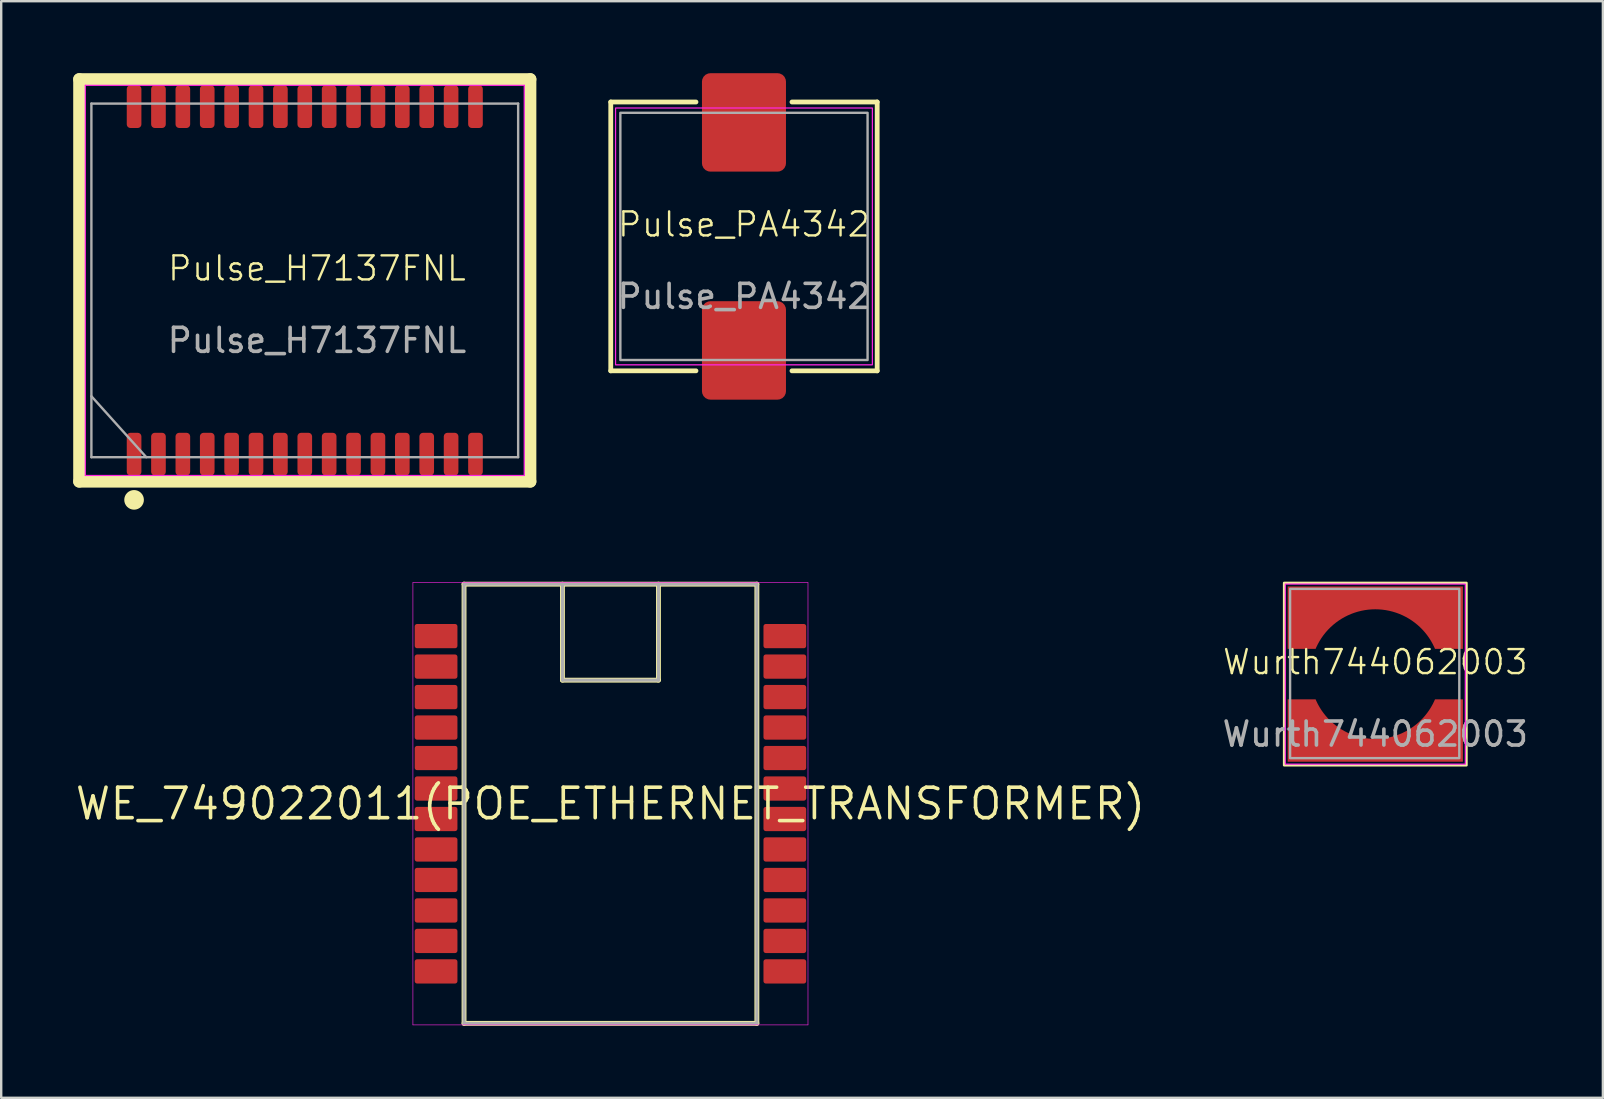
<source format=kicad_pcb>
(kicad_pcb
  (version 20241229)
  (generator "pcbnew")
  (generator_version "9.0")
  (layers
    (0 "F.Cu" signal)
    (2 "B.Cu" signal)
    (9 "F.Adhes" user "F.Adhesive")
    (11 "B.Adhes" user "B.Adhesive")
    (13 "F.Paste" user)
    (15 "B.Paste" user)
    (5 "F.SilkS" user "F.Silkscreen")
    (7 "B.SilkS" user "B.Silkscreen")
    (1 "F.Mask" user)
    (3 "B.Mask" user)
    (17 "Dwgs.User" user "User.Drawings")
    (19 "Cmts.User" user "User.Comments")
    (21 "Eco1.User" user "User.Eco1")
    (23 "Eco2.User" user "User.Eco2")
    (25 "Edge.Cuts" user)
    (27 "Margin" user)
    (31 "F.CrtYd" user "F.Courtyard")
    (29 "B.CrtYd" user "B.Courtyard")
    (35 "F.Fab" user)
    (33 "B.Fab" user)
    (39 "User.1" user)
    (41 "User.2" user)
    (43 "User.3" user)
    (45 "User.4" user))
  (footprint "Pulse_PA4342"
    (layer "F.Cu")
    (at 27.946 6.8)
    (property "Reference" "Pulse_PA4342" (at 0 -0.5 0) (unlocked yes) (layer "F.SilkS") (effects (font (size 1 1) (thickness 0.1))))
    (attr smd)
    (fp_line (start -5.55 -5.6) (end -5.55 5.6) (stroke (width 0.2) (type default)) (layer "F.SilkS"))
    (fp_line (start -5.55 5.6) (end -2 5.6) (stroke (width 0.2) (type default)) (layer "F.SilkS"))
    (fp_line (start -2 -5.6) (end -5.55 -5.6) (stroke (width 0.2) (type default)) (layer "F.SilkS"))
    (fp_line (start 2 5.6) (end 5.55 5.6) (stroke (width 0.2) (type default)) (layer "F.SilkS"))
    (fp_line (start 5.55 -5.6) (end 2 -5.6) (stroke (width 0.2) (type default)) (layer "F.SilkS"))
    (fp_line (start 5.55 5.6) (end 5.55 -5.6) (stroke (width 0.2) (type default)) (layer "F.SilkS"))
    (fp_rect (start -5.35 -5.35) (end 5.35 5.35) (stroke (width 0.05) (type default)) (fill no) (layer "F.CrtYd"))
    (fp_rect (start -5.15 -5.15) (end 5.15 5.15) (stroke (width 0.1) (type default)) (fill no) (layer "F.Fab"))
    (fp_text user "${REFERENCE}" (at 0 2.5 0) (unlocked yes) (layer "F.Fab") (effects (font (size 1 1) (thickness 0.15))))
    (pad "1" smd roundrect (at 0 -4.75) (size 3.5 4.1) (layers "F.Cu" "F.Mask" "F.Paste") (roundrect_rratio 0.1))
    (pad "2" smd roundrect (at 0 4.75) (size 3.5 4.1) (layers "F.Cu" "F.Mask" "F.Paste") (roundrect_rratio 0.1)))
  (footprint "Pulse_H7137FNL"
    (layer "F.Cu")
    (at 9.648 8.632)
    (property "Reference" "Pulse_H7137FNL" (at 0.508 -0.5 0) (unlocked yes) (layer "F.SilkS") (effects (font (size 1 1) (thickness 0.1))))
    (attr smd)
    (fp_line (start -9.398 -8.382) (end -9.398 8.382) (stroke (width 0.5) (type default)) (layer "F.SilkS"))
    (fp_line (start -9.398 8.382) (end 9.398 8.382) (stroke (width 0.5) (type default)) (layer "F.SilkS"))
    (fp_line (start 9.398 -8.382) (end -9.398 -8.382) (stroke (width 0.5) (type default)) (layer "F.SilkS"))
    (fp_line (start 9.398 8.382) (end 9.398 -8.382) (stroke (width 0.5) (type default)) (layer "F.SilkS"))
    (fp_circle (center -7.112 9.144) (end -6.753 9.144) (stroke (width 0.1) (type solid)) (fill yes) (layer "F.SilkS"))
    (fp_line (start -9.144 -8.128) (end -9.144 8.128) (stroke (width 0.05) (type default)) (layer "F.CrtYd"))
    (fp_line (start -9.144 8.128) (end 9.144 8.128) (stroke (width 0.05) (type default)) (layer "F.CrtYd"))
    (fp_line (start 9.144 -8.128) (end -9.144 -8.128) (stroke (width 0.05) (type default)) (layer "F.CrtYd"))
    (fp_line (start 9.144 8.128) (end 9.144 -8.128) (stroke (width 0.05) (type default)) (layer "F.CrtYd"))
    (fp_line (start -8.89 -7.366) (end -8.89 7.366) (stroke (width 0.1) (type default)) (layer "F.Fab"))
    (fp_line (start -8.89 4.826) (end -6.604 7.366) (stroke (width 0.1) (type default)) (layer "F.Fab"))
    (fp_line (start -8.89 7.366) (end 8.89 7.366) (stroke (width 0.1) (type default)) (layer "F.Fab"))
    (fp_line (start 8.89 -7.366) (end -8.89 -7.366) (stroke (width 0.1) (type default)) (layer "F.Fab"))
    (fp_line (start 8.89 7.366) (end 8.89 -7.366) (stroke (width 0.1) (type default)) (layer "F.Fab"))
    (fp_text user "${REFERENCE}" (at 0.508 2.5 0) (unlocked yes) (layer "F.Fab") (effects (font (size 1 1) (thickness 0.15))))
    (pad "1" smd roundrect (at -7.112 7.239 90) (size 1.78 0.61) (layers "F.Cu" "F.Mask" "F.Paste") (roundrect_rratio 0.25))
    (pad "2" smd roundrect (at -6.096 7.239 90) (size 1.78 0.61) (layers "F.Cu" "F.Mask" "F.Paste") (roundrect_rratio 0.25))
    (pad "3" smd roundrect (at -5.08 7.239 90) (size 1.78 0.61) (layers "F.Cu" "F.Mask" "F.Paste") (roundrect_rratio 0.25))
    (pad "4" smd roundrect (at -4.064 7.239 90) (size 1.78 0.61) (layers "F.Cu" "F.Mask" "F.Paste") (roundrect_rratio 0.25))
    (pad "5" smd roundrect (at -3.048 7.239 90) (size 1.78 0.61) (layers "F.Cu" "F.Mask" "F.Paste") (roundrect_rratio 0.25))
    (pad "6" smd roundrect (at -2.032 7.239 90) (size 1.78 0.61) (layers "F.Cu" "F.Mask" "F.Paste") (roundrect_rratio 0.25))
    (pad "7" smd roundrect (at -1.016 7.239 90) (size 1.78 0.61) (layers "F.Cu" "F.Mask" "F.Paste") (roundrect_rratio 0.25))
    (pad "8" smd roundrect (at 0 7.239 90) (size 1.78 0.61) (layers "F.Cu" "F.Mask" "F.Paste") (roundrect_rratio 0.25))
    (pad "9" smd roundrect (at 1.016 7.239 90) (size 1.78 0.61) (layers "F.Cu" "F.Mask" "F.Paste") (roundrect_rratio 0.25))
    (pad "10" smd roundrect (at 2.032 7.239 90) (size 1.78 0.61) (layers "F.Cu" "F.Mask" "F.Paste") (roundrect_rratio 0.25))
    (pad "11" smd roundrect (at 3.048 7.239 90) (size 1.78 0.61) (layers "F.Cu" "F.Mask" "F.Paste") (roundrect_rratio 0.25))
    (pad "12" smd roundrect (at 4.064 7.239 90) (size 1.78 0.61) (layers "F.Cu" "F.Mask" "F.Paste") (roundrect_rratio 0.25))
    (pad "13" smd roundrect (at 5.08 7.239 90) (size 1.78 0.61) (layers "F.Cu" "F.Mask" "F.Paste") (roundrect_rratio 0.25))
    (pad "14" smd roundrect (at 6.096 7.239 90) (size 1.78 0.61) (layers "F.Cu" "F.Mask" "F.Paste") (roundrect_rratio 0.25))
    (pad "15" smd roundrect (at 7.112 7.239 90) (size 1.78 0.61) (layers "F.Cu" "F.Mask" "F.Paste") (roundrect_rratio 0.25))
    (pad "16" smd roundrect (at 7.112 -7.239 90) (size 1.78 0.61) (layers "F.Cu" "F.Mask" "F.Paste") (roundrect_rratio 0.25))
    (pad "17" smd roundrect (at 6.096 -7.239 90) (size 1.78 0.61) (layers "F.Cu" "F.Mask" "F.Paste") (roundrect_rratio 0.25))
    (pad "18" smd roundrect (at 5.08 -7.239 90) (size 1.78 0.61) (layers "F.Cu" "F.Mask" "F.Paste") (roundrect_rratio 0.25))
    (pad "19" smd roundrect (at 4.064 -7.239 90) (size 1.78 0.61) (layers "F.Cu" "F.Mask" "F.Paste") (roundrect_rratio 0.25))
    (pad "20" smd roundrect (at 3.048 -7.239 90) (size 1.78 0.61) (layers "F.Cu" "F.Mask" "F.Paste") (roundrect_rratio 0.25))
    (pad "21" smd roundrect (at 2.032 -7.239 90) (size 1.78 0.61) (layers "F.Cu" "F.Mask" "F.Paste") (roundrect_rratio 0.25))
    (pad "22" smd roundrect (at 1.016 -7.239 90) (size 1.78 0.61) (layers "F.Cu" "F.Mask" "F.Paste") (roundrect_rratio 0.25))
    (pad "23" smd roundrect (at 0 -7.239 90) (size 1.78 0.61) (layers "F.Cu" "F.Mask" "F.Paste") (roundrect_rratio 0.25))
    (pad "24" smd roundrect (at -1.016 -7.239 90) (size 1.78 0.61) (layers "F.Cu" "F.Mask" "F.Paste") (roundrect_rratio 0.25))
    (pad "25" smd roundrect (at -2.032 -7.239 90) (size 1.78 0.61) (layers "F.Cu" "F.Mask" "F.Paste") (roundrect_rratio 0.25))
    (pad "26" smd roundrect (at -3.048 -7.239 90) (size 1.78 0.61) (layers "F.Cu" "F.Mask" "F.Paste") (roundrect_rratio 0.25))
    (pad "27" smd roundrect (at -4.064 -7.239 90) (size 1.78 0.61) (layers "F.Cu" "F.Mask" "F.Paste") (roundrect_rratio 0.25))
    (pad "28" smd roundrect (at -5.08 -7.239 90) (size 1.78 0.61) (layers "F.Cu" "F.Mask" "F.Paste") (roundrect_rratio 0.25))
    (pad "29" smd roundrect (at -6.096 -7.239 90) (size 1.78 0.61) (layers "F.Cu" "F.Mask" "F.Paste") (roundrect_rratio 0.25))
    (pad "30" smd roundrect (at -7.112 -7.239 90) (size 1.78 0.61) (layers "F.Cu" "F.Mask" "F.Paste") (roundrect_rratio 0.25)))
  (footprint "Wurth744062003"
    (layer "F.Cu")
    (at 54.249 25.035)
    (property "Reference" "Wurth744062003" (at 0 -0.5 0) (unlocked yes) (layer "F.SilkS") (effects (font (size 1 1) (thickness 0.1))))
    (attr smd)
    (fp_poly (pts (xy -3.65 3.65) (xy -3.65 1.05) (arc (start -2.487465 1.05) (mid 0 2.7) (end 2.487465 1.05)) (xy 3.65 1.05) (xy 3.65 3.65)) (stroke (width 0) (type solid)) (fill yes) (layer "F.Cu"))
    (fp_poly (pts (arc (start 2.487465 -1.05) (mid 0 -2.7) (end -2.487465 -1.05)) (xy -3.65 -1.05) (xy -3.65 -3.65) (xy 3.65 -3.65) (xy 3.65 -1.05)) (stroke (width 0) (type solid)) (fill yes) (layer "F.Cu"))
    (fp_poly (pts (xy -3.65 3.65) (xy -3.65 1.05) (arc (start -2.487465 1.05) (mid 0 2.7) (end 2.487465 1.05)) (xy 3.65 1.05) (xy 3.65 3.65)) (stroke (width 0.1) (type solid)) (fill yes) (layer "F.Mask"))
    (fp_poly (pts (arc (start 2.487465 -1.05) (mid 0 -2.7) (end -2.487465 -1.05)) (xy -3.65 -1.05) (xy -3.65 -3.65) (xy 3.65 -3.65) (xy 3.65 -1.05)) (stroke (width 0.1) (type solid)) (fill yes) (layer "F.Mask"))
    (fp_rect (start -3.8 -3.8) (end 3.8 3.8) (stroke (width 0.1) (type default)) (fill no) (layer "F.SilkS"))
    (fp_poly (pts (xy -3.65 3.65) (xy -3.65 1.05) (arc (start -2.487465 1.05) (mid 0 2.7) (end 2.487465 1.05)) (xy 3.65 1.05) (xy 3.65 3.65)) (stroke (width 0) (type solid)) (fill yes) (layer "F.Paste"))
    (fp_poly (pts (arc (start 2.487465 -1.05) (mid 0 -2.7) (end -2.487465 -1.05)) (xy -3.65 -1.05) (xy -3.65 -3.65) (xy 3.65 -3.65) (xy 3.65 -1.05)) (stroke (width 0) (type solid)) (fill yes) (layer "F.Paste"))
    (fp_rect (start -3.75 -3.75) (end 3.75 3.75) (stroke (width 0.05) (type default)) (fill no) (layer "F.CrtYd"))
    (fp_rect (start -3.55 -3.55) (end 3.5 3.5) (stroke (width 0.1) (type default)) (fill no) (layer "F.Fab"))
    (fp_text user "${REFERENCE}" (at 0 2.5 0) (unlocked yes) (layer "F.Fab") (effects (font (size 1 1) (thickness 0.15))))
    (pad "1" smd roundrect (at 1.95 -3) (size 1 1) (layers "F.Cu" "F.Mask" "F.Paste") (roundrect_rratio 0.25))
    (pad "2" smd roundrect (at -2.4 2.85) (size 1 1) (layers "F.Cu" "F.Mask" "F.Paste") (roundrect_rratio 0.25)))
  (footprint "WE_749022011(POE_ETHERNET_TRANSFORMER)"
    (layer "F.Cu")
    (at 22.383 30.437)
    (property "Reference" "WE_749022011(POE_ETHERNET_TRANSFORMER)" (at 0 0 0) (layer "F.SilkS") (effects (font (size 1.27 1.27) (thickness 0.15))))
    (fp_line (start -6.1 -9.15) (end -6.1 9.15) (stroke (width 0.203) (type solid)) (layer "F.SilkS"))
    (fp_line (start -6.1 9.15) (end 6.1 9.15) (stroke (width 0.203) (type solid)) (layer "F.SilkS"))
    (fp_line (start -2 -9.15) (end -2 -5.15) (stroke (width 0.203) (type solid)) (layer "F.SilkS"))
    (fp_line (start -2 -5.15) (end 2 -5.15) (stroke (width 0.203) (type solid)) (layer "F.SilkS"))
    (fp_line (start 2 -5.15) (end 2 -9.15) (stroke (width 0.203) (type solid)) (layer "F.SilkS"))
    (fp_line (start 6.1 -9.15) (end -6.1 -9.15) (stroke (width 0.203) (type solid)) (layer "F.SilkS"))
    (fp_line (start 6.1 9.15) (end 6.1 -9.15) (stroke (width 0.203) (type solid)) (layer "F.SilkS"))
    (fp_line (start -8.23 -9.213) (end -8.23 9.213) (stroke (width 0.025) (type solid)) (layer "F.CrtYd"))
    (fp_line (start -8.23 9.213) (end 8.23 9.213) (stroke (width 0.025) (type solid)) (layer "F.CrtYd"))
    (fp_line (start 8.23 -9.213) (end -8.23 -9.213) (stroke (width 0.025) (type solid)) (layer "F.CrtYd"))
    (fp_line (start 8.23 9.213) (end 8.23 -9.213) (stroke (width 0.025) (type solid)) (layer "F.CrtYd"))
    (fp_line (start -6.1 -9.15) (end -6.1 9.15) (stroke (width 0.127) (type solid)) (layer "F.Fab"))
    (fp_line (start -6.1 9.15) (end 6.1 9.15) (stroke (width 0.127) (type solid)) (layer "F.Fab"))
    (fp_line (start -2 -9.15) (end -2 -5.15) (stroke (width 0.127) (type solid)) (layer "F.Fab"))
    (fp_line (start -2 -5.15) (end 2 -5.15) (stroke (width 0.127) (type solid)) (layer "F.Fab"))
    (fp_line (start 2 -5.15) (end 2 -9.15) (stroke (width 0.127) (type solid)) (layer "F.Fab"))
    (fp_line (start 6.1 -9.15) (end -6.1 -9.15) (stroke (width 0.127) (type solid)) (layer "F.Fab"))
    (fp_line (start 6.1 9.15) (end 6.1 -9.15) (stroke (width 0.127) (type solid)) (layer "F.Fab"))
    (pad "1" smd roundrect (at -7.265 -6.985 180) (size 1.78 1.01) (layers "F.Cu" "F.Mask" "F.Paste") (roundrect_rratio 0.098))
    (pad "2" smd roundrect (at -7.265 -5.715 180) (size 1.78 1.01) (layers "F.Cu" "F.Mask" "F.Paste") (roundrect_rratio 0.098))
    (pad "3" smd roundrect (at -7.265 -4.445 180) (size 1.78 1.01) (layers "F.Cu" "F.Mask" "F.Paste") (roundrect_rratio 0.098))
    (pad "4" smd roundrect (at -7.265 -3.175 180) (size 1.78 1.01) (layers "F.Cu" "F.Mask" "F.Paste") (roundrect_rratio 0.098))
    (pad "5" smd roundrect (at -7.265 -1.905 180) (size 1.78 1.01) (layers "F.Cu" "F.Mask" "F.Paste") (roundrect_rratio 0.098))
    (pad "6" smd roundrect (at -7.265 -0.635 180) (size 1.78 1.01) (layers "F.Cu" "F.Mask" "F.Paste") (roundrect_rratio 0.098))
    (pad "7" smd roundrect (at -7.265 0.635 180) (size 1.78 1.01) (layers "F.Cu" "F.Mask" "F.Paste") (roundrect_rratio 0.098))
    (pad "8" smd roundrect (at -7.265 1.905 180) (size 1.78 1.01) (layers "F.Cu" "F.Mask" "F.Paste") (roundrect_rratio 0.098))
    (pad "9" smd roundrect (at -7.265 3.175 180) (size 1.78 1.01) (layers "F.Cu" "F.Mask" "F.Paste") (roundrect_rratio 0.098))
    (pad "10" smd roundrect (at -7.265 4.445 180) (size 1.78 1.01) (layers "F.Cu" "F.Mask" "F.Paste") (roundrect_rratio 0.098))
    (pad "11" smd roundrect (at -7.265 5.715 180) (size 1.78 1.01) (layers "F.Cu" "F.Mask" "F.Paste") (roundrect_rratio 0.098))
    (pad "12" smd roundrect (at -7.265 6.985 180) (size 1.78 1.01) (layers "F.Cu" "F.Mask" "F.Paste") (roundrect_rratio 0.098))
    (pad "13" smd roundrect (at 7.265 6.985) (size 1.78 1.01) (layers "F.Cu" "F.Mask" "F.Paste") (roundrect_rratio 0.098))
    (pad "14" smd roundrect (at 7.265 5.715) (size 1.78 1.01) (layers "F.Cu" "F.Mask" "F.Paste") (roundrect_rratio 0.098))
    (pad "15" smd roundrect (at 7.265 4.445) (size 1.78 1.01) (layers "F.Cu" "F.Mask" "F.Paste") (roundrect_rratio 0.098))
    (pad "16" smd roundrect (at 7.265 3.175) (size 1.78 1.01) (layers "F.Cu" "F.Mask" "F.Paste") (roundrect_rratio 0.098))
    (pad "17" smd roundrect (at 7.265 1.905) (size 1.78 1.01) (layers "F.Cu" "F.Mask" "F.Paste") (roundrect_rratio 0.098))
    (pad "18" smd roundrect (at 7.265 0.635) (size 1.78 1.01) (layers "F.Cu" "F.Mask" "F.Paste") (roundrect_rratio 0.098))
    (pad "19" smd roundrect (at 7.265 -0.635) (size 1.78 1.01) (layers "F.Cu" "F.Mask" "F.Paste") (roundrect_rratio 0.098))
    (pad "20" smd roundrect (at 7.265 -1.905) (size 1.78 1.01) (layers "F.Cu" "F.Mask" "F.Paste") (roundrect_rratio 0.098))
    (pad "21" smd roundrect (at 7.265 -3.175) (size 1.78 1.01) (layers "F.Cu" "F.Mask" "F.Paste") (roundrect_rratio 0.098))
    (pad "22" smd roundrect (at 7.265 -4.445) (size 1.78 1.01) (layers "F.Cu" "F.Mask" "F.Paste") (roundrect_rratio 0.098))
    (pad "23" smd roundrect (at 7.265 -5.715) (size 1.78 1.01) (layers "F.Cu" "F.Mask" "F.Paste") (roundrect_rratio 0.098))
    (pad "24" smd roundrect (at 7.265 -6.985) (size 1.78 1.01) (layers "F.Cu" "F.Mask" "F.Paste") (roundrect_rratio 0.098)))
  (gr_rect
    (start -3 -3)
    (end 63.731 42.688)
    (stroke (width 0.1) (type default))
    (fill no)
    (layer "Edge.Cuts")))
</source>
